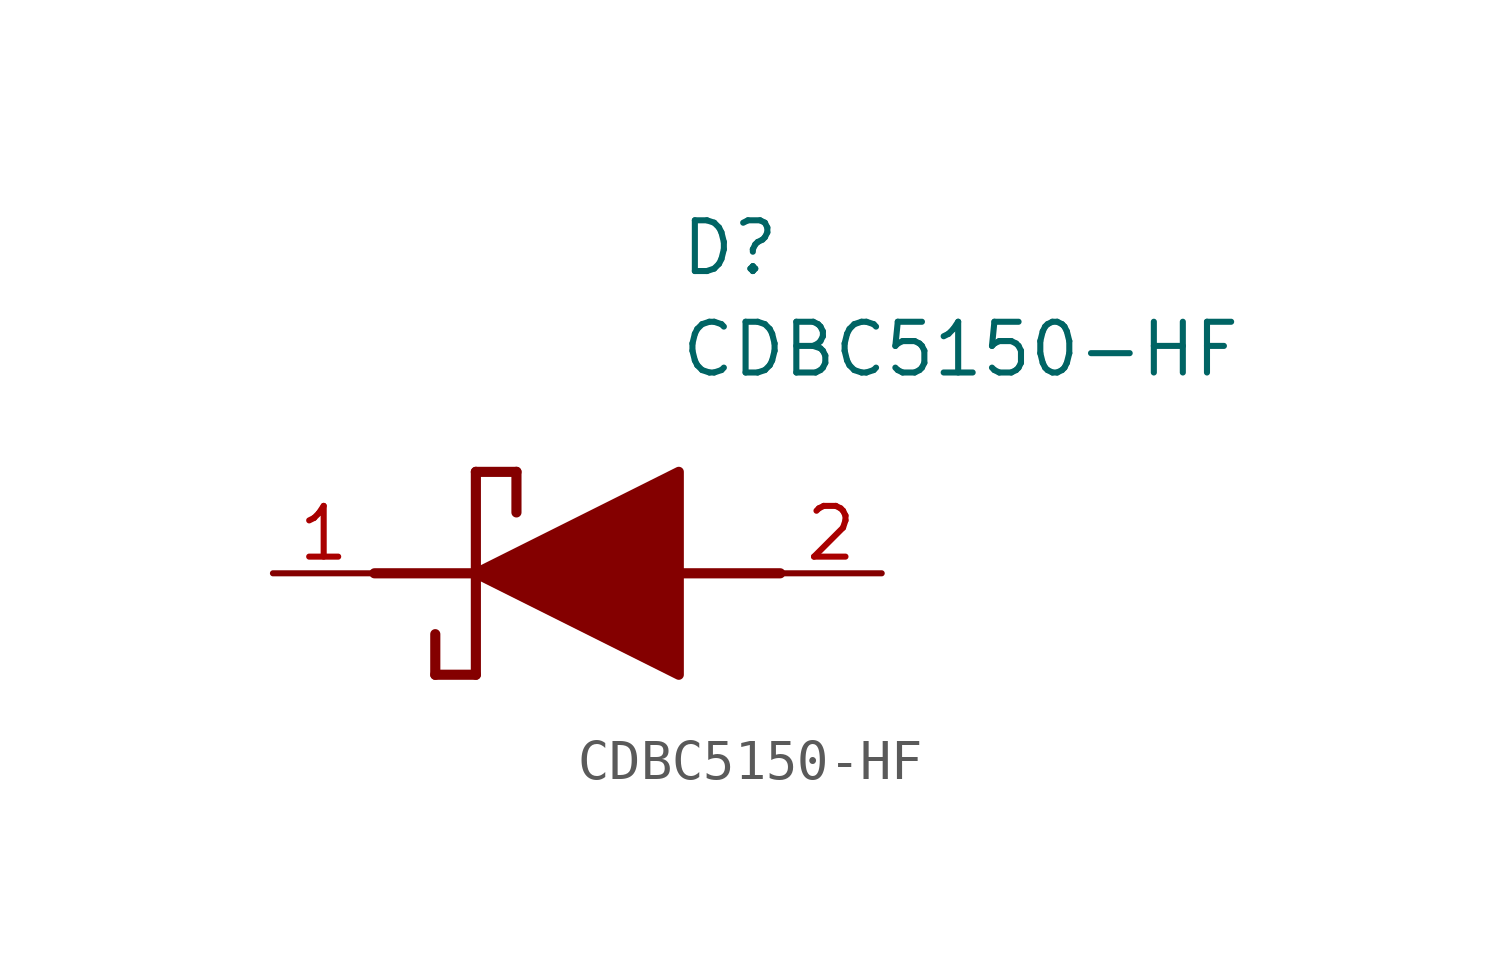
<source format=kicad_sym>
(kicad_symbol_lib
  (version 20241209)
  (generator "kicad_symbol_editor")
  (generator_version "9.0")
  (symbol "CDBC5150-HF"
    (pin_names
      (hide yes))
    (property "Reference" "D"
      (at 12.7 8.89 0)
      (effects (font (size 1.27 1.27)) (justify left top)))
    (property "Value" "CDBC5150-HF"
      (at 12.7 6.35 0)
      (effects (font (size 1.27 1.27)) (justify left top)))
    (symbol "CDBC5150-HF_1_1"
      (polyline (pts (xy 5.08 0) (xy 7.62 0)) (stroke (width 0.254) (type default)) (fill (type none)))
      (polyline (pts (xy 6.604 -1.524) (xy 6.604 -2.54)) (stroke (width 0.254) (type default)) (fill (type none)))
      (polyline (pts (xy 7.62 2.54) (xy 7.62 -2.54)) (stroke (width 0.254) (type default)) (fill (type none)))
      (polyline (pts (xy 7.62 2.54) (xy 8.636 2.54)) (stroke (width 0.254) (type default)) (fill (type none)))
      (polyline (pts (xy 7.62 0) (xy 12.7 2.54) (xy 12.7 -2.54) (xy 7.62 0)) (stroke (width 0.254) (type default)) (fill (type outline)))
      (polyline (pts (xy 7.62 -2.54) (xy 6.604 -2.54)) (stroke (width 0.254) (type default)) (fill (type none)))
      (polyline (pts (xy 8.636 1.524) (xy 8.636 2.54)) (stroke (width 0.254) (type default)) (fill (type none)))
      (polyline (pts (xy 12.7 0) (xy 15.24 0)) (stroke (width 0.254) (type default)) (fill (type none)))
      (pin passive line (at 2.54 0 0) (length 2.54) (name "K" (effects (font (size 1.27 1.27)))) (number "1" (effects (font (size 1.27 1.27)))))
      (pin passive line (at 17.78 0 180) (length 2.54) (name "A" (effects (font (size 1.27 1.27)))) (number "2" (effects (font (size 1.27 1.27))))))))
</source>
